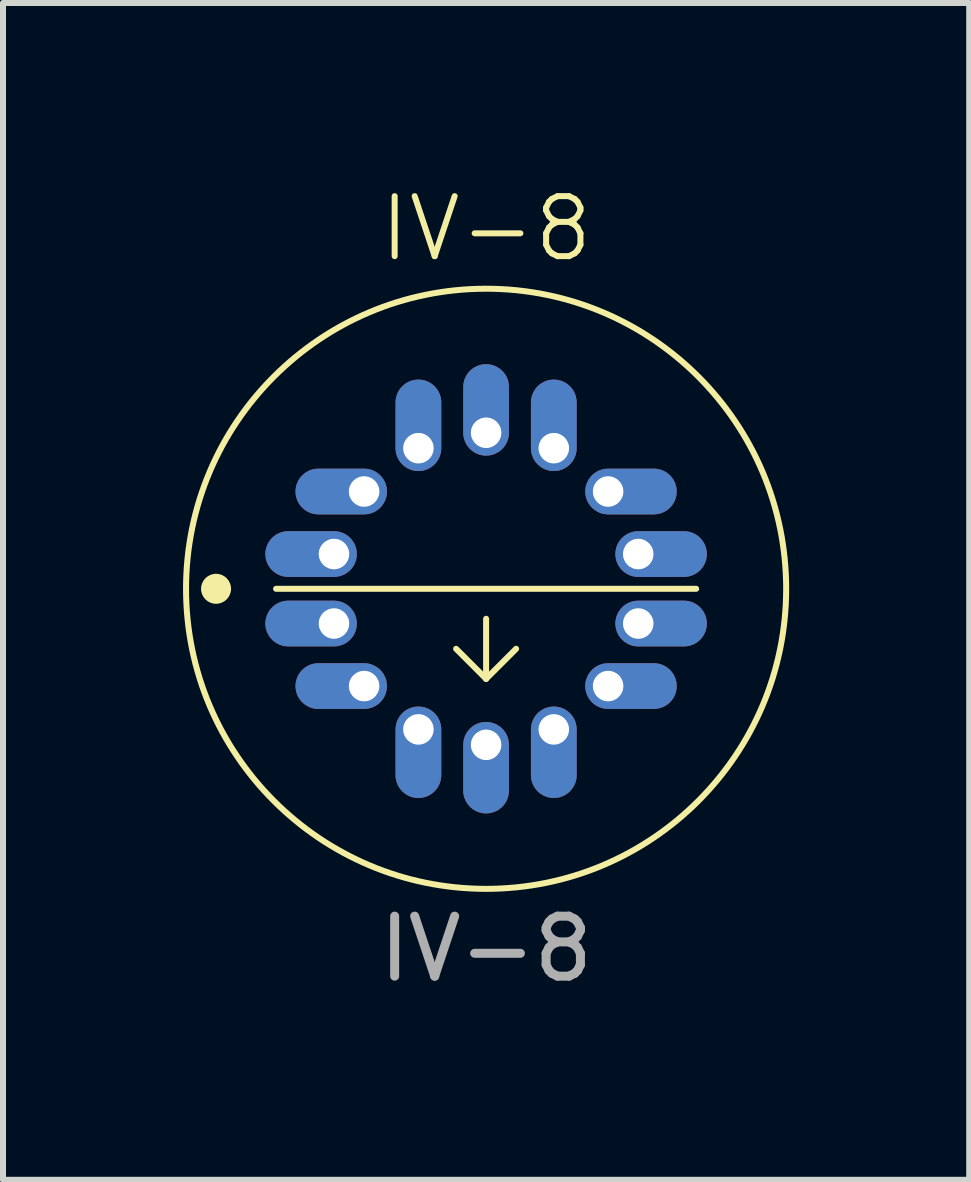
<source format=kicad_pcb>
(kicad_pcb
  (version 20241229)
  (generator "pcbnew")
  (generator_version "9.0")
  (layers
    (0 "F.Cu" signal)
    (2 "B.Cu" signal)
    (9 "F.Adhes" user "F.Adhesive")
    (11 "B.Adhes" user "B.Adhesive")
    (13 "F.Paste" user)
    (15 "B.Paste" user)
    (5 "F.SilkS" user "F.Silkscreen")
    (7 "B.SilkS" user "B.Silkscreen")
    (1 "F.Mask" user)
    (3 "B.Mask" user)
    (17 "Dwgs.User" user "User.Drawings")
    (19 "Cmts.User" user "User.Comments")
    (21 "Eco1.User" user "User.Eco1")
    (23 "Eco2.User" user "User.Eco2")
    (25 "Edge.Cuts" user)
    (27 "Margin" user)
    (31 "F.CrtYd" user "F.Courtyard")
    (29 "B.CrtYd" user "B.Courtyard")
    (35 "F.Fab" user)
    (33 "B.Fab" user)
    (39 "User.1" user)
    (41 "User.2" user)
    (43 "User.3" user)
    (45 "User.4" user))
  (footprint "IV-8"
    (layer "F.Cu")
    (at 5.05 6.761)
    (property "Reference" "IV-8" (at 0 -6 0) (unlocked yes) (layer "F.SilkS") (effects (font (size 1 1) (thickness 0.1))))
    (attr through_hole)
    (fp_line (start -3.5 0) (end 3.5 0) (stroke (width 0.1) (type default)) (layer "F.SilkS"))
    (fp_line (start 0 1.5) (end -0.5 1) (stroke (width 0.1) (type default)) (layer "F.SilkS"))
    (fp_line (start 0 1.5) (end 0 0.5) (stroke (width 0.1) (type default)) (layer "F.SilkS"))
    (fp_line (start 0.5 1) (end 0 1.5) (stroke (width 0.1) (type default)) (layer "F.SilkS"))
    (fp_circle (center -4.5 0) (end -4.3 0) (stroke (width 0.1) (type solid)) (fill yes) (layer "F.SilkS"))
    (fp_circle (center 0 0) (end 5 0) (stroke (width 0.1) (type default)) (fill no) (layer "F.SilkS"))
    (fp_text user "${REFERENCE}" (at 0 6 0) (unlocked yes) (layer "F.Fab") (effects (font (size 1 1) (thickness 0.15))))
    (pad "1" thru_hole oval (at -2.535 0.579) (size 1.524 0.762) (drill 0.508 (offset -0.381 0)) (layers "*.Cu" "*.Mask"))
    (pad "2" thru_hole oval (at -2.033 1.621) (size 1.524 0.762) (drill 0.508 (offset -0.381 0)) (layers "*.Cu" "*.Mask"))
    (pad "3" thru_hole oval (at -1.128 2.343) (size 0.762 1.524) (drill 0.508 (offset 0 0.381)) (layers "*.Cu" "*.Mask"))
    (pad "4" thru_hole oval (at 0 2.6) (size 0.762 1.524) (drill 0.508 (offset 0 0.381)) (layers "*.Cu" "*.Mask"))
    (pad "5" thru_hole oval (at 1.128 2.343) (size 0.762 1.524) (drill 0.508 (offset 0 0.381)) (layers "*.Cu" "*.Mask"))
    (pad "6" thru_hole oval (at 2.033 1.621) (size 1.524 0.762) (drill 0.508 (offset 0.381 0)) (layers "*.Cu" "*.Mask"))
    (pad "7" thru_hole oval (at 2.535 0.579) (size 1.524 0.762) (drill 0.508 (offset 0.381 0)) (layers "*.Cu" "*.Mask"))
    (pad "8" thru_hole oval (at 2.535 -0.579) (size 1.524 0.762) (drill 0.508 (offset 0.381 0)) (layers "*.Cu" "*.Mask"))
    (pad "9" thru_hole oval (at 2.033 -1.621) (size 1.524 0.762) (drill 0.508 (offset 0.381 0)) (layers "*.Cu" "*.Mask"))
    (pad "10" thru_hole oval (at 1.128 -2.343) (size 0.762 1.524) (drill 0.508 (offset 0 -0.381)) (layers "*.Cu" "*.Mask"))
    (pad "11" thru_hole oval (at 0 -2.6) (size 0.762 1.524) (drill 0.508 (offset 0 -0.381)) (layers "*.Cu" "*.Mask"))
    (pad "12" thru_hole oval (at -1.128 -2.343) (size 0.762 1.524) (drill 0.508 (offset 0 -0.381)) (layers "*.Cu" "*.Mask"))
    (pad "13" thru_hole oval (at -2.033 -1.621) (size 1.524 0.762) (drill 0.508 (offset -0.381 0)) (layers "*.Cu" "*.Mask"))
    (pad "14" thru_hole oval (at -2.535 -0.579) (size 1.524 0.762) (drill 0.508 (offset -0.381 0)) (layers "*.Cu" "*.Mask")))
  (gr_rect
    (start -3 -3)
    (end 13.1 16.609)
    (stroke (width 0.1) (type default))
    (fill no)
    (layer "Edge.Cuts")))
</source>
